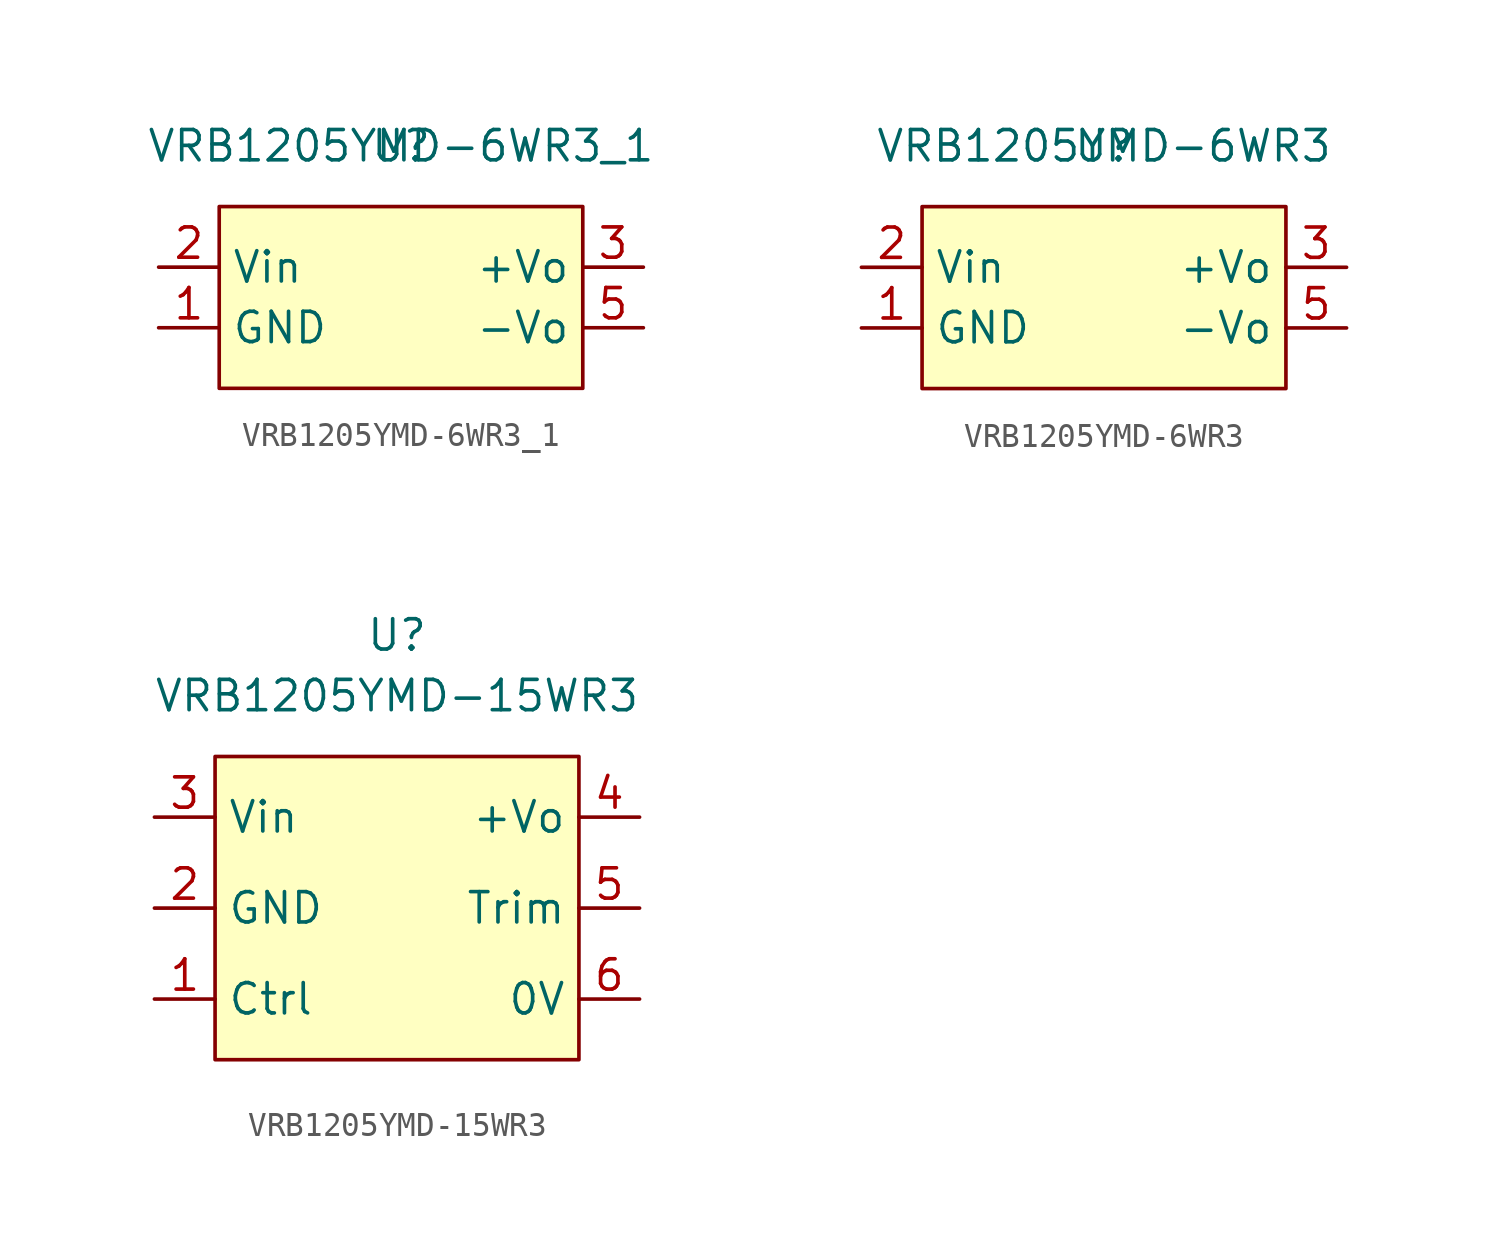
<source format=kicad_sym>
(kicad_symbol_lib
  (version 20211014)
  (generator kicad_symbol_editor)
  (symbol "VRB1205YMD-6WR3_1"
    (property "Reference" "U"
      (at 0 5.08 0)
      (effects (font (size 1.27 1.27))))
    (property "Value" "VRB1205YMD-6WR3_1"
      (at 0 5.08 0)
      (effects (font (size 1.27 1.27))))
    (symbol "VRB1205YMD-6WR3_1_0_1"
      (rectangle (start 7.62 -5.08) (end -7.62 2.54) (stroke (width 0) (type default) (color 0 0 0 0)) (fill (type background))))
    (symbol "VRB1205YMD-6WR3_1_1_1"
      (pin power_in line (at -10.16 -2.54 0) (length 2.54) (name "GND" (effects (font (size 1.27 1.27)))) (number "1" (effects (font (size 1.27 1.27)))))
      (pin power_in line (at -10.16 0 0) (length 2.54) (name "Vin" (effects (font (size 1.27 1.27)))) (number "2" (effects (font (size 1.27 1.27)))))
      (pin power_out line (at 10.16 0 180) (length 2.54) (name "+Vo" (effects (font (size 1.27 1.27)))) (number "3" (effects (font (size 1.27 1.27)))))
      (pin power_out line (at 10.16 -2.54 180) (length 2.54) (name "-Vo" (effects (font (size 1.27 1.27)))) (number "5" (effects (font (size 1.27 1.27)))))))
  (symbol "VRB1205YMD-6WR3"
    (property "Reference" "U"
      (at 0 5.08 0)
      (effects (font (size 1.27 1.27))))
    (property "Value" "VRB1205YMD-6WR3"
      (at 0 5.08 0)
      (effects (font (size 1.27 1.27))))
    (symbol "VRB1205YMD-6WR3_0_1"
      (rectangle (start 7.62 -5.08) (end -7.62 2.54) (stroke (width 0) (type default) (color 0 0 0 0)) (fill (type background))))
    (symbol "VRB1205YMD-6WR3_1_1"
      (pin power_in line (at -10.16 -2.54 0) (length 2.54) (name "GND" (effects (font (size 1.27 1.27)))) (number "1" (effects (font (size 1.27 1.27)))))
      (pin power_in line (at -10.16 0 0) (length 2.54) (name "Vin" (effects (font (size 1.27 1.27)))) (number "2" (effects (font (size 1.27 1.27)))))
      (pin power_out line (at 10.16 0 180) (length 2.54) (name "+Vo" (effects (font (size 1.27 1.27)))) (number "3" (effects (font (size 1.27 1.27)))))
      (pin power_out line (at 10.16 -2.54 180) (length 2.54) (name "-Vo" (effects (font (size 1.27 1.27)))) (number "5" (effects (font (size 1.27 1.27)))))))
  (symbol "VRB1205YMD-15WR3"
    (property "Reference" "U"
      (at 0 7.62 0)
      (effects (font (size 1.27 1.27))))
    (property "Value" "VRB1205YMD-15WR3"
      (at 0 5.08 0)
      (effects (font (size 1.27 1.27))))
    (symbol "VRB1205YMD-15WR3_0_1"
      (rectangle (start -7.62 2.54) (end 7.62 -10.16) (stroke (width 0) (type default) (color 0 0 0 0)) (fill (type background))))
    (symbol "VRB1205YMD-15WR3_1_1"
      (pin passive line (at -10.16 -7.62 0) (length 2.54) (name "Ctrl" (effects (font (size 1.27 1.27)))) (number "1" (effects (font (size 1.27 1.27)))))
      (pin power_in line (at -10.16 -3.81 0) (length 2.54) (name "GND" (effects (font (size 1.27 1.27)))) (number "2" (effects (font (size 1.27 1.27)))))
      (pin power_in line (at -10.16 0 0) (length 2.54) (name "Vin" (effects (font (size 1.27 1.27)))) (number "3" (effects (font (size 1.27 1.27)))))
      (pin power_out line (at 10.16 0 180) (length 2.54) (name "+Vo" (effects (font (size 1.27 1.27)))) (number "4" (effects (font (size 1.27 1.27)))))
      (pin passive line (at 10.16 -3.81 180) (length 2.54) (name "Trim" (effects (font (size 1.27 1.27)))) (number "5" (effects (font (size 1.27 1.27)))))
      (pin power_out line (at 10.16 -7.62 180) (length 2.54) (name "0V" (effects (font (size 1.27 1.27)))) (number "6" (effects (font (size 1.27 1.27))))))))
</source>
